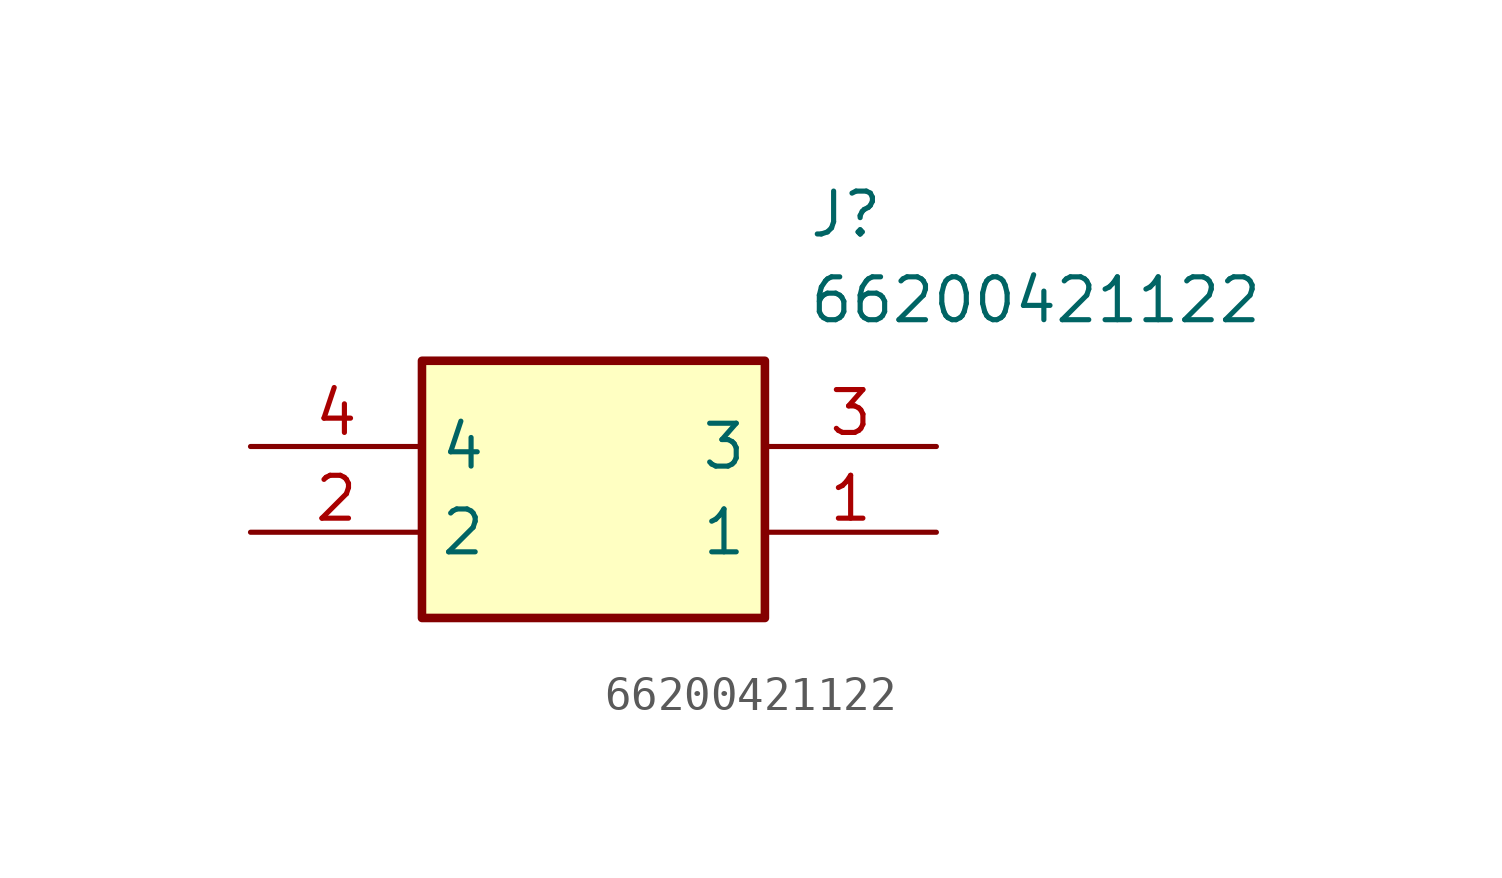
<source format=kicad_sym>
(kicad_symbol_lib
  (version 20211014)
  (generator SamacSys_ECAD_Model)
  (symbol "66200421122"
    (property "Reference" "J"
      (at 16.51 7.62 0)
      (effects (font (size 1.27 1.27)) (justify left top)))
    (property "Value" "66200421122"
      (at 16.51 5.08 0)
      (effects (font (size 1.27 1.27)) (justify left top)))
    (rectangle
      (start 5.08 2.54)
      (end 15.24 -5.08)
      (stroke (width 0.254) (type default))
      (fill (type background)))
    (pin passive line
      (at 20.32 -2.54 180)
      (length 5.08)
      (name "1" (effects (font (size 1.27 1.27))))
      (number "1" (effects (font (size 1.27 1.27)))))
    (pin passive line
      (at 0 -2.54 0)
      (length 5.08)
      (name "2" (effects (font (size 1.27 1.27))))
      (number "2" (effects (font (size 1.27 1.27)))))
    (pin passive line
      (at 20.32 0 180)
      (length 5.08)
      (name "3" (effects (font (size 1.27 1.27))))
      (number "3" (effects (font (size 1.27 1.27)))))
    (pin passive line
      (at 0 0 0)
      (length 5.08)
      (name "4" (effects (font (size 1.27 1.27))))
      (number "4" (effects (font (size 1.27 1.27)))))))
</source>
